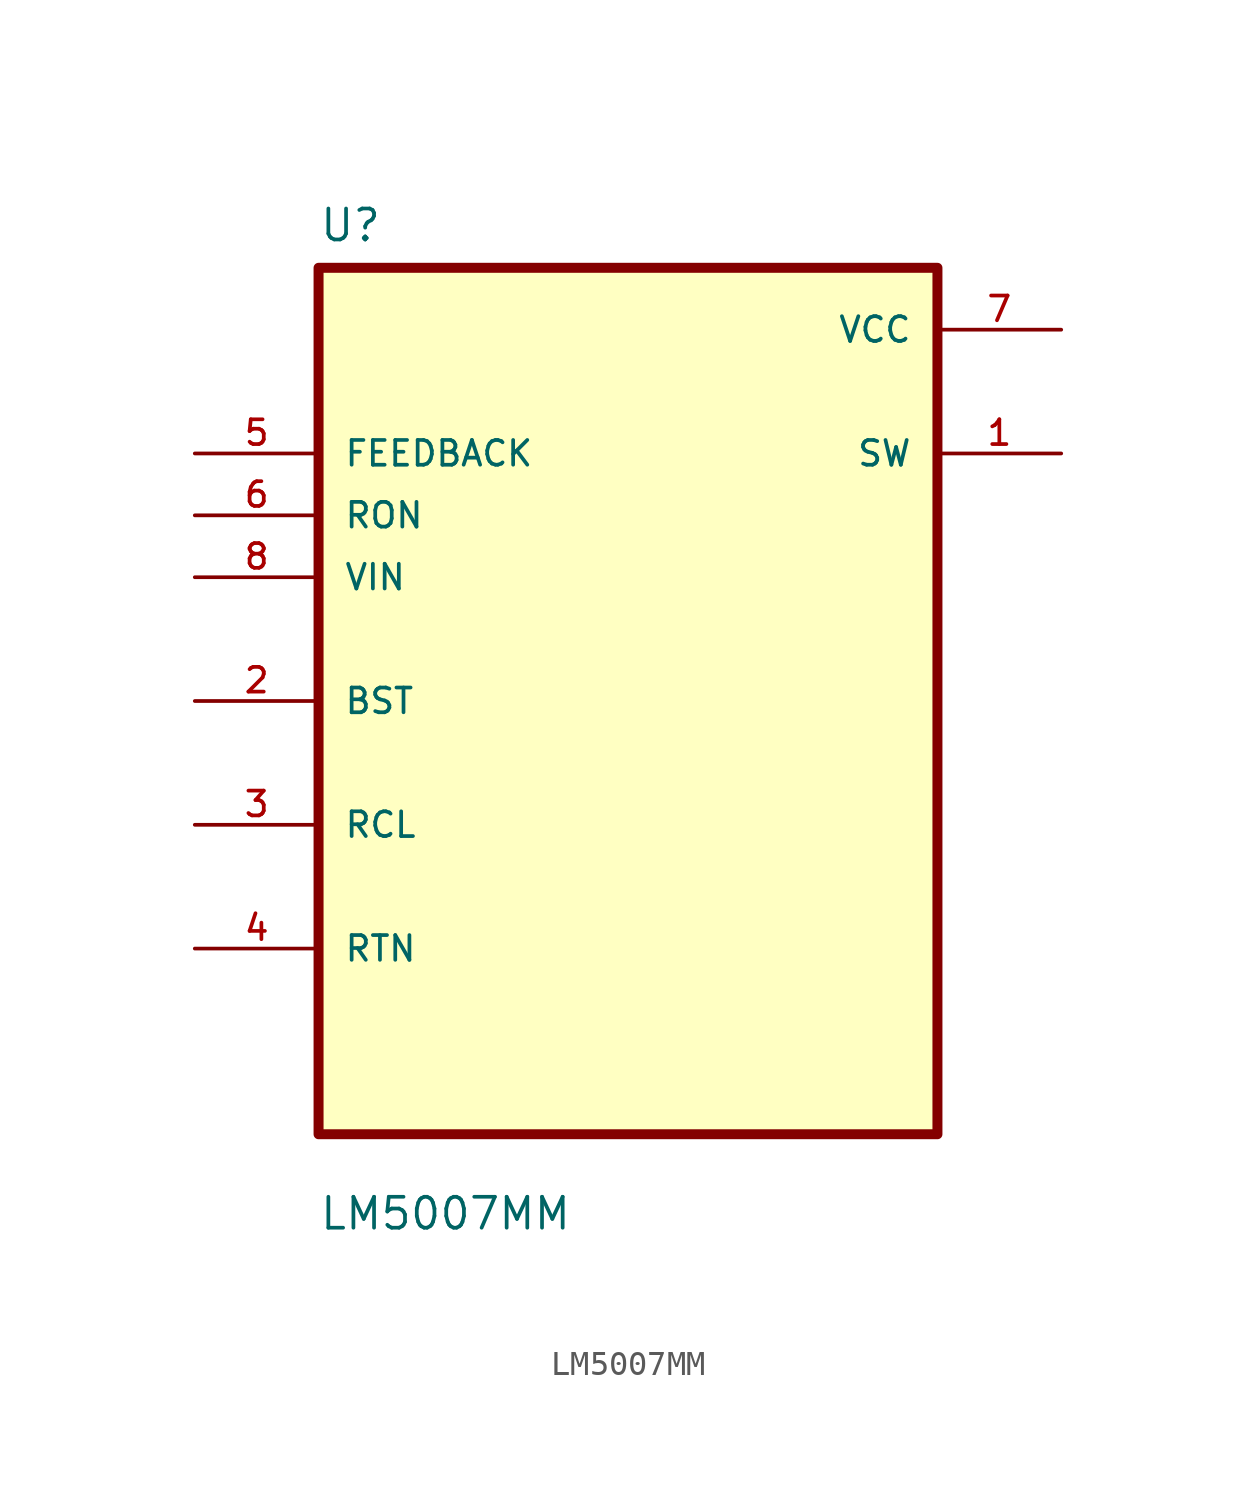
<source format=kicad_sym>
(kicad_symbol_lib
  (version 20211014)
  (generator kicad_symbol_editor)
  (symbol "LM5007MM"
    (pin_names
      (offset 1.016))
    (property "Reference" "U"
      (at -12.7 18.78 0.0)
      (effects (font (size 1.27 1.27)) (justify bottom left)))
    (property "Value" "LM5007MM"
      (at -12.7 -21.78 0.0)
      (effects (font (size 1.27 1.27)) (justify bottom left)))
    (symbol "LM5007MM_0_0"
      (rectangle (start -12.7 -17.78) (end 12.7 17.78) (stroke (width 0.41)) (fill (type background)))
      (pin input line (at -17.78 10.16 0) (length 5.08) (name "FEEDBACK" (effects (font (size 1.016 1.016)))) (number "5" (effects (font (size 1.016 1.016)))))
      (pin input line (at -17.78 7.62 0) (length 5.08) (name "RON" (effects (font (size 1.016 1.016)))) (number "6" (effects (font (size 1.016 1.016)))))
      (pin input line (at -17.78 5.08 0) (length 5.08) (name "VIN" (effects (font (size 1.016 1.016)))) (number "8" (effects (font (size 1.016 1.016)))))
      (pin bidirectional line (at -17.78 0.0 0) (length 5.08) (name "BST" (effects (font (size 1.016 1.016)))) (number "2" (effects (font (size 1.016 1.016)))))
      (pin bidirectional line (at -17.78 -5.08 0) (length 5.08) (name "RCL" (effects (font (size 1.016 1.016)))) (number "3" (effects (font (size 1.016 1.016)))))
      (pin bidirectional line (at -17.78 -10.16 0) (length 5.08) (name "RTN" (effects (font (size 1.016 1.016)))) (number "4" (effects (font (size 1.016 1.016)))))
      (pin power_in line (at 17.78 15.24 180.0) (length 5.08) (name "VCC" (effects (font (size 1.016 1.016)))) (number "7" (effects (font (size 1.016 1.016)))))
      (pin output line (at 17.78 10.16 180.0) (length 5.08) (name "SW" (effects (font (size 1.016 1.016)))) (number "1" (effects (font (size 1.016 1.016))))))))
</source>
